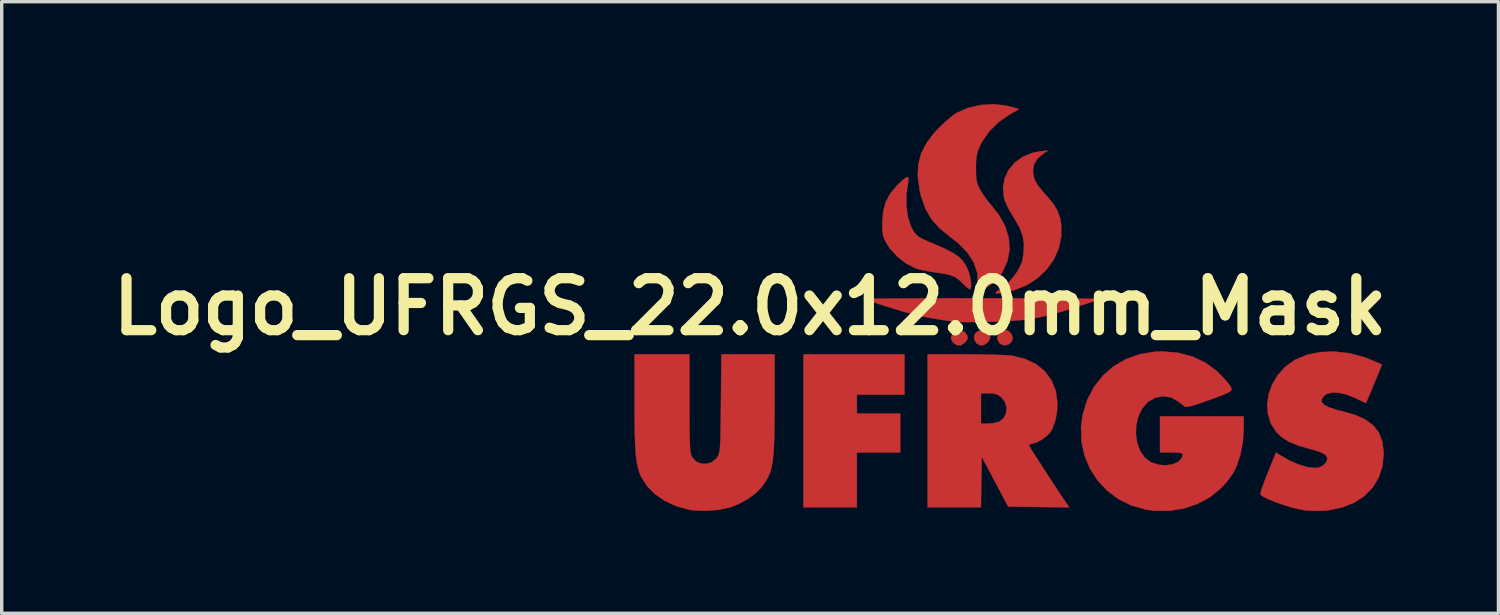
<source format=kicad_pcb>
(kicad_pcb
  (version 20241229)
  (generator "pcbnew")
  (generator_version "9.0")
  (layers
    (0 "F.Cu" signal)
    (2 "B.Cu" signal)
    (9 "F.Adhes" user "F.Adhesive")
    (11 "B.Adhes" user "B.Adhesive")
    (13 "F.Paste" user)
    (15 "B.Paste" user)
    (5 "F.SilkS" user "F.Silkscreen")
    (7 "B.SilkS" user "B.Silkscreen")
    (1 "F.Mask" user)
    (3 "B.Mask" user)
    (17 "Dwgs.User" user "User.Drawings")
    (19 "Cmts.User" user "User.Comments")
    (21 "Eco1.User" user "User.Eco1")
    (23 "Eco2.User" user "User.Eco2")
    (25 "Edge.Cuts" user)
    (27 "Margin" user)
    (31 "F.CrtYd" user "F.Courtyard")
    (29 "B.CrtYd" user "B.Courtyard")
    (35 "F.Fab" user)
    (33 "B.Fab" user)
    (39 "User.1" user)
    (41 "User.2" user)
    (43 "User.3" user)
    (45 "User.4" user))
  (footprint "Logo_UFRGS_22.0x12.0mm_Mask"
    (layer "F.Cu")
    (at 25.806 5.944)
    (property "Reference" "Logo_UFRGS_22.0x12.0mm_Mask" (at -6.858 0 0) (layer "F.SilkS") (effects (font (size 1.524 1.524) (thickness 0.3))))
    (attr exclude_from_pos_files exclude_from_bom)
    (fp_poly (pts (xy -2.328 2.582) (xy -3.725 2.582) (xy -3.725 3.133) (xy -2.455 3.133) (xy -2.455 4.276) (xy -3.725 4.276) (xy -3.725 5.884) (xy -5.292 5.884) (xy -5.292 1.397) (xy -2.328 1.397) (xy -2.328 2.582)) (stroke (width 0.01) (type solid)) (fill yes) (layer "F.Cu"))
    (fp_poly (pts (xy -0.587 0.731) (xy -0.553 0.759) (xy -0.479 0.86) (xy -0.481 0.952) (xy -0.552 1.05) (xy -0.67 1.13) (xy -0.792 1.132) (xy -0.898 1.058) (xy -0.917 1.032) (xy -0.964 0.944) (xy -0.958 0.872) (xy -0.927 0.81) (xy -0.832 0.712) (xy -0.71 0.685) (xy -0.587 0.731)) (stroke (width 0.01) (type solid)) (fill yes) (layer "F.Cu"))
    (fp_poly (pts (xy 0.027 0.693) (xy 0.133 0.784) (xy 0.162 0.832) (xy 0.186 0.91) (xy 0.155 0.989) (xy 0.123 1.033) (xy 0.012 1.122) (xy -0.108 1.136) (xy -0.219 1.073) (xy -0.226 1.066) (xy -0.289 0.945) (xy -0.275 0.822) (xy -0.219 0.747) (xy -0.095 0.68) (xy 0.027 0.693)) (stroke (width 0.01) (type solid)) (fill yes) (layer "F.Cu"))
    (fp_poly (pts (xy 0.727 0.714) (xy 0.812 0.804) (xy 0.847 0.917) (xy 0.847 0.918) (xy 0.811 1.032) (xy 0.723 1.108) (xy 0.609 1.135) (xy 0.496 1.103) (xy 0.451 1.066) (xy 0.393 0.949) (xy 0.403 0.83) (xy 0.47 0.732) (xy 0.584 0.68) (xy 0.621 0.677) (xy 0.727 0.714)) (stroke (width 0.01) (type solid)) (fill yes) (layer "F.Cu"))
    (fp_poly (pts (xy 0.363 -0.248) (xy 0.919 -0.247) (xy 1.431 -0.245) (xy 1.699 -0.244) (xy 3.441 -0.233) (xy 2.917 -0.057) (xy 2.477 0.086) (xy 2.094 0.2) (xy 1.749 0.286) (xy 1.42 0.35) (xy 1.088 0.395) (xy 0.733 0.424) (xy 0.333 0.441) (xy 0.085 0.446) (xy -0.181 0.45) (xy -0.42 0.452) (xy -0.619 0.452) (xy -0.764 0.45) (xy -0.84 0.447) (xy -0.847 0.446) (xy -0.915 0.434) (xy -1.045 0.414) (xy -1.212 0.39) (xy -1.291 0.379) (xy -1.794 0.29) (xy -2.348 0.151) (xy -2.961 -0.039) (xy -3.006 -0.054) (xy -3.535 -0.233) (xy -1.789 -0.244) (xy -1.313 -0.246) (xy -0.779 -0.248) (xy -0.212 -0.248) (xy 0.363 -0.248)) (stroke (width 0.01) (type solid)) (fill yes) (layer "F.Cu"))
    (fp_poly (pts (xy 1.753 -4.496) (xy 1.572 -4.346) (xy 1.469 -4.176) (xy 1.439 -3.993) (xy 1.453 -3.841) (xy 1.501 -3.698) (xy 1.592 -3.547) (xy 1.735 -3.369) (xy 1.832 -3.262) (xy 2.025 -3.034) (xy 2.154 -2.822) (xy 2.233 -2.604) (xy 2.268 -2.41) (xy 2.269 -2.048) (xy 2.193 -1.701) (xy 2.046 -1.377) (xy 1.836 -1.084) (xy 1.568 -0.832) (xy 1.251 -0.629) (xy 0.89 -0.484) (xy 0.725 -0.442) (xy 0.522 -0.402) (xy 0.397 -0.384) (xy 0.344 -0.392) (xy 0.36 -0.427) (xy 0.439 -0.49) (xy 0.491 -0.526) (xy 0.749 -0.734) (xy 0.945 -0.977) (xy 1.027 -1.117) (xy 1.077 -1.213) (xy 1.108 -1.278) (xy 1.126 -1.341) (xy 1.141 -1.428) (xy 1.16 -1.57) (xy 1.162 -1.582) (xy 1.176 -1.835) (xy 1.139 -2.073) (xy 1.047 -2.318) (xy 0.892 -2.59) (xy 0.868 -2.628) (xy 0.761 -2.806) (xy 0.668 -2.986) (xy 0.605 -3.137) (xy 0.59 -3.186) (xy 0.56 -3.478) (xy 0.606 -3.755) (xy 0.722 -4.006) (xy 0.901 -4.221) (xy 1.134 -4.392) (xy 1.415 -4.509) (xy 1.662 -4.557) (xy 1.884 -4.58) (xy 1.753 -4.496)) (stroke (width 0.01) (type solid)) (fill yes) (layer "F.Cu"))
    (fp_poly (pts (xy -2.209 -3.756) (xy -2.219 -3.672) (xy -2.27 -3.315) (xy -2.273 -2.966) (xy -2.231 -2.645) (xy -2.146 -2.368) (xy -2.074 -2.229) (xy -2.002 -2.129) (xy -1.92 -2.054) (xy -1.804 -1.986) (xy -1.632 -1.91) (xy -1.624 -1.907) (xy -1.313 -1.776) (xy -1.072 -1.664) (xy -0.887 -1.565) (xy -0.747 -1.469) (xy -0.642 -1.37) (xy -0.559 -1.259) (xy -0.493 -1.139) (xy -0.44 -1.006) (xy -0.402 -0.856) (xy -0.379 -0.711) (xy -0.376 -0.591) (xy -0.395 -0.519) (xy -0.415 -0.508) (xy -0.463 -0.536) (xy -0.543 -0.607) (xy -0.574 -0.639) (xy -0.706 -0.768) (xy -0.827 -0.857) (xy -0.962 -0.918) (xy -1.134 -0.961) (xy -1.367 -0.997) (xy -1.573 -1.028) (xy -1.768 -1.065) (xy -1.924 -1.101) (xy -1.982 -1.119) (xy -2.268 -1.259) (xy -2.535 -1.463) (xy -2.759 -1.708) (xy -2.872 -1.884) (xy -2.929 -2.003) (xy -2.962 -2.114) (xy -2.978 -2.245) (xy -2.98 -2.427) (xy -2.98 -2.455) (xy -2.954 -2.788) (xy -2.881 -3.066) (xy -2.752 -3.311) (xy -2.558 -3.544) (xy -2.537 -3.566) (xy -2.387 -3.709) (xy -2.285 -3.787) (xy -2.227 -3.802) (xy -2.209 -3.756)) (stroke (width 0.01) (type solid)) (fill yes) (layer "F.Cu"))
    (fp_poly (pts (xy 0.643 -5.9) (xy 0.781 -5.865) (xy 1.031 -5.793) (xy 0.759 -5.64) (xy 0.435 -5.417) (xy 0.16 -5.146) (xy -0.051 -4.842) (xy -0.097 -4.753) (xy -0.162 -4.606) (xy -0.202 -4.484) (xy -0.224 -4.357) (xy -0.232 -4.193) (xy -0.233 -4.064) (xy -0.23 -3.865) (xy -0.219 -3.724) (xy -0.193 -3.613) (xy -0.149 -3.505) (xy -0.113 -3.434) (xy -0.012 -3.269) (xy 0.115 -3.096) (xy 0.188 -3.011) (xy 0.448 -2.682) (xy 0.63 -2.346) (xy 0.731 -2.008) (xy 0.752 -1.672) (xy 0.692 -1.344) (xy 0.551 -1.028) (xy 0.454 -0.883) (xy 0.35 -0.771) (xy 0.201 -0.649) (xy 0.042 -0.54) (xy -0.092 -0.471) (xy -0.148 -0.453) (xy -0.177 -0.465) (xy -0.186 -0.522) (xy -0.181 -0.643) (xy -0.178 -0.692) (xy -0.198 -1.003) (xy -0.3 -1.3) (xy -0.484 -1.585) (xy -0.75 -1.859) (xy -0.992 -2.049) (xy -1.303 -2.303) (xy -1.541 -2.573) (xy -1.716 -2.878) (xy -1.841 -3.234) (xy -1.886 -3.426) (xy -1.938 -3.817) (xy -1.924 -4.169) (xy -1.84 -4.493) (xy -1.682 -4.802) (xy -1.447 -5.108) (xy -1.312 -5.251) (xy -1.157 -5.398) (xy -1 -5.535) (xy -0.864 -5.641) (xy -0.804 -5.68) (xy -0.476 -5.826) (xy -0.109 -5.913) (xy 0.272 -5.939) (xy 0.643 -5.9)) (stroke (width 0.01) (type solid)) (fill yes) (layer "F.Cu"))
    (fp_poly (pts (xy -0.54 1.397) (xy -0.224 1.399) (xy 0.078 1.404) (xy 0.353 1.412) (xy 0.586 1.421) (xy 0.76 1.432) (xy 0.847 1.442) (xy 1.219 1.537) (xy 1.535 1.691) (xy 1.79 1.899) (xy 1.982 2.157) (xy 2.105 2.461) (xy 2.157 2.806) (xy 2.158 2.881) (xy 2.138 3.134) (xy 2.083 3.381) (xy 2.002 3.592) (xy 1.949 3.681) (xy 1.844 3.792) (xy 1.703 3.897) (xy 1.553 3.979) (xy 1.424 4.02) (xy 1.399 4.022) (xy 1.329 4.04) (xy 1.325 4.077) (xy 1.352 4.126) (xy 1.419 4.232) (xy 1.516 4.385) (xy 1.635 4.571) (xy 1.77 4.779) (xy 1.911 4.996) (xy 2.051 5.21) (xy 2.181 5.409) (xy 2.295 5.581) (xy 2.383 5.712) (xy 2.422 5.769) (xy 2.505 5.886) (xy 1.608 5.875) (xy 0.711 5.863) (xy -0.064 4.399) (xy -0.075 5.142) (xy -0.087 5.884) (xy -1.651 5.884) (xy -1.651 2.54) (xy -0.085 2.54) (xy -0.085 3.429) (xy 0.129 3.429) (xy 0.281 3.417) (xy 0.418 3.385) (xy 0.462 3.367) (xy 0.587 3.26) (xy 0.655 3.112) (xy 0.663 2.945) (xy 0.611 2.781) (xy 0.503 2.648) (xy 0.401 2.579) (xy 0.285 2.547) (xy 0.145 2.54) (xy -0.085 2.54) (xy -1.651 2.54) (xy -1.651 1.397) (xy -0.54 1.397)) (stroke (width 0.01) (type solid)) (fill yes) (layer "F.Cu"))
    (fp_poly (pts (xy -8.636 2.826) (xy -8.636 3.217) (xy -8.634 3.533) (xy -8.631 3.783) (xy -8.626 3.976) (xy -8.619 4.121) (xy -8.609 4.227) (xy -8.596 4.305) (xy -8.579 4.362) (xy -8.562 4.403) (xy -8.456 4.53) (xy -8.311 4.6) (xy -8.148 4.611) (xy -7.989 4.565) (xy -7.855 4.461) (xy -7.812 4.402) (xy -7.789 4.358) (xy -7.77 4.308) (xy -7.755 4.243) (xy -7.743 4.153) (xy -7.734 4.029) (xy -7.727 3.862) (xy -7.722 3.643) (xy -7.718 3.361) (xy -7.714 3.009) (xy -7.712 2.826) (xy -7.698 1.397) (xy -6.138 1.397) (xy -6.139 2.847) (xy -6.14 3.314) (xy -6.145 3.706) (xy -6.154 4.031) (xy -6.17 4.3) (xy -6.193 4.521) (xy -6.225 4.703) (xy -6.268 4.856) (xy -6.323 4.99) (xy -6.392 5.112) (xy -6.476 5.233) (xy -6.534 5.309) (xy -6.697 5.473) (xy -6.916 5.634) (xy -7.164 5.774) (xy -7.415 5.877) (xy -7.43 5.881) (xy -7.772 5.957) (xy -8.146 5.988) (xy -8.511 5.974) (xy -8.662 5.951) (xy -9.024 5.85) (xy -9.358 5.695) (xy -9.649 5.494) (xy -9.884 5.257) (xy -10.051 4.993) (xy -10.054 4.986) (xy -10.102 4.868) (xy -10.142 4.743) (xy -10.174 4.601) (xy -10.199 4.432) (xy -10.217 4.227) (xy -10.23 3.977) (xy -10.238 3.671) (xy -10.243 3.301) (xy -10.244 2.857) (xy -10.244 2.805) (xy -10.245 1.397) (xy -8.636 1.397) (xy -8.636 2.826)) (stroke (width 0.01) (type solid)) (fill yes) (layer "F.Cu"))
    (fp_poly (pts (xy 5.69 1.352) (xy 6.118 1.464) (xy 6.506 1.649) (xy 6.849 1.904) (xy 7.078 2.143) (xy 7.175 2.259) (xy 7.239 2.345) (xy 7.265 2.411) (xy 7.244 2.466) (xy 7.171 2.518) (xy 7.038 2.577) (xy 6.84 2.652) (xy 6.636 2.726) (xy 6.351 2.828) (xy 6.132 2.898) (xy 5.984 2.936) (xy 5.909 2.94) (xy 5.904 2.938) (xy 5.84 2.889) (xy 5.741 2.812) (xy 5.703 2.781) (xy 5.494 2.666) (xy 5.268 2.627) (xy 5.042 2.664) (xy 4.833 2.777) (xy 4.797 2.807) (xy 4.636 2.996) (xy 4.527 3.225) (xy 4.468 3.478) (xy 4.458 3.739) (xy 4.496 3.994) (xy 4.581 4.225) (xy 4.712 4.418) (xy 4.888 4.556) (xy 4.924 4.574) (xy 5.126 4.637) (xy 5.335 4.653) (xy 5.53 4.626) (xy 5.69 4.558) (xy 5.795 4.453) (xy 5.798 4.447) (xy 5.834 4.367) (xy 5.828 4.316) (xy 5.769 4.289) (xy 5.646 4.277) (xy 5.503 4.276) (xy 5.165 4.276) (xy 5.165 3.217) (xy 7.62 3.217) (xy 7.62 3.592) (xy 7.594 3.971) (xy 7.521 4.346) (xy 7.408 4.686) (xy 7.335 4.839) (xy 7.247 4.976) (xy 7.121 5.138) (xy 6.982 5.295) (xy 6.958 5.319) (xy 6.64 5.58) (xy 6.272 5.781) (xy 5.867 5.918) (xy 5.437 5.987) (xy 4.997 5.985) (xy 4.745 5.949) (xy 4.322 5.829) (xy 3.941 5.64) (xy 3.609 5.392) (xy 3.33 5.091) (xy 3.109 4.747) (xy 2.951 4.366) (xy 2.863 3.958) (xy 2.849 3.53) (xy 2.899 3.161) (xy 3.03 2.734) (xy 3.229 2.353) (xy 3.488 2.023) (xy 3.803 1.75) (xy 4.165 1.539) (xy 4.57 1.394) (xy 5.011 1.321) (xy 5.226 1.313) (xy 5.69 1.352)) (stroke (width 0.01) (type solid)) (fill yes) (layer "F.Cu"))
    (fp_poly (pts (xy 10.726 1.368) (xy 11.16 1.484) (xy 11.429 1.591) (xy 11.676 1.701) (xy 11.446 2.256) (xy 11.363 2.455) (xy 11.292 2.624) (xy 11.239 2.749) (xy 11.209 2.814) (xy 11.206 2.821) (xy 11.166 2.808) (xy 11.07 2.765) (xy 10.935 2.701) (xy 10.891 2.679) (xy 10.645 2.579) (xy 10.412 2.525) (xy 10.208 2.519) (xy 10.049 2.562) (xy 9.995 2.599) (xy 9.913 2.699) (xy 9.904 2.789) (xy 9.969 2.872) (xy 10.112 2.949) (xy 10.335 3.023) (xy 10.522 3.07) (xy 10.897 3.179) (xy 11.196 3.315) (xy 11.422 3.485) (xy 11.583 3.692) (xy 11.681 3.942) (xy 11.722 4.24) (xy 11.724 4.321) (xy 11.688 4.686) (xy 11.578 5.017) (xy 11.399 5.308) (xy 11.157 5.553) (xy 10.857 5.749) (xy 10.505 5.89) (xy 10.105 5.971) (xy 9.97 5.983) (xy 9.765 5.989) (xy 9.552 5.983) (xy 9.378 5.967) (xy 9.377 5.966) (xy 9.19 5.929) (xy 8.976 5.872) (xy 8.754 5.803) (xy 8.54 5.726) (xy 8.351 5.65) (xy 8.206 5.579) (xy 8.12 5.521) (xy 8.11 5.508) (xy 8.116 5.456) (xy 8.15 5.341) (xy 8.208 5.177) (xy 8.283 4.979) (xy 8.326 4.872) (xy 8.568 4.277) (xy 8.676 4.348) (xy 8.944 4.504) (xy 9.215 4.624) (xy 9.47 4.701) (xy 9.692 4.731) (xy 9.804 4.722) (xy 9.928 4.671) (xy 10.027 4.582) (xy 10.074 4.48) (xy 10.075 4.465) (xy 10.051 4.384) (xy 9.973 4.315) (xy 9.831 4.251) (xy 9.616 4.186) (xy 9.564 4.173) (xy 9.224 4.075) (xy 8.956 3.965) (xy 8.746 3.836) (xy 8.58 3.681) (xy 8.576 3.675) (xy 8.417 3.429) (xy 8.33 3.154) (xy 8.309 2.861) (xy 8.353 2.564) (xy 8.458 2.274) (xy 8.62 2.004) (xy 8.836 1.766) (xy 9.104 1.571) (xy 9.136 1.553) (xy 9.486 1.409) (xy 9.876 1.331) (xy 10.293 1.317) (xy 10.726 1.368)) (stroke (width 0.01) (type solid)) (fill yes) (layer "F.Cu"))
    (fp_poly (pts (xy -2.328 2.582) (xy -3.725 2.582) (xy -3.725 3.133) (xy -2.455 3.133) (xy -2.455 4.276) (xy -3.725 4.276) (xy -3.725 5.884) (xy -5.292 5.884) (xy -5.292 1.397) (xy -2.328 1.397) (xy -2.328 2.582)) (stroke (width 0.01) (type solid)) (fill yes) (layer "F.Mask"))
    (fp_poly (pts (xy -0.587 0.731) (xy -0.553 0.759) (xy -0.479 0.86) (xy -0.481 0.952) (xy -0.552 1.05) (xy -0.67 1.13) (xy -0.792 1.132) (xy -0.898 1.058) (xy -0.917 1.032) (xy -0.964 0.944) (xy -0.958 0.872) (xy -0.927 0.81) (xy -0.832 0.712) (xy -0.71 0.685) (xy -0.587 0.731)) (stroke (width 0.01) (type solid)) (fill yes) (layer "F.Mask"))
    (fp_poly (pts (xy 0.027 0.693) (xy 0.133 0.784) (xy 0.162 0.832) (xy 0.186 0.91) (xy 0.155 0.989) (xy 0.123 1.033) (xy 0.012 1.122) (xy -0.108 1.136) (xy -0.219 1.073) (xy -0.226 1.066) (xy -0.289 0.945) (xy -0.275 0.822) (xy -0.219 0.747) (xy -0.095 0.68) (xy 0.027 0.693)) (stroke (width 0.01) (type solid)) (fill yes) (layer "F.Mask"))
    (fp_poly (pts (xy 0.727 0.714) (xy 0.812 0.804) (xy 0.847 0.917) (xy 0.847 0.918) (xy 0.811 1.032) (xy 0.723 1.108) (xy 0.609 1.135) (xy 0.496 1.103) (xy 0.451 1.066) (xy 0.393 0.949) (xy 0.403 0.83) (xy 0.47 0.732) (xy 0.584 0.68) (xy 0.621 0.677) (xy 0.727 0.714)) (stroke (width 0.01) (type solid)) (fill yes) (layer "F.Mask"))
    (fp_poly (pts (xy 0.363 -0.248) (xy 0.919 -0.247) (xy 1.431 -0.245) (xy 1.699 -0.244) (xy 3.441 -0.233) (xy 2.917 -0.057) (xy 2.477 0.086) (xy 2.094 0.2) (xy 1.749 0.286) (xy 1.42 0.35) (xy 1.088 0.395) (xy 0.733 0.424) (xy 0.333 0.441) (xy 0.085 0.446) (xy -0.181 0.45) (xy -0.42 0.452) (xy -0.619 0.452) (xy -0.764 0.45) (xy -0.84 0.447) (xy -0.847 0.446) (xy -0.915 0.434) (xy -1.045 0.414) (xy -1.212 0.39) (xy -1.291 0.379) (xy -1.794 0.29) (xy -2.348 0.151) (xy -2.961 -0.039) (xy -3.006 -0.054) (xy -3.535 -0.233) (xy -1.789 -0.244) (xy -1.313 -0.246) (xy -0.779 -0.248) (xy -0.212 -0.248) (xy 0.363 -0.248)) (stroke (width 0.01) (type solid)) (fill yes) (layer "F.Mask"))
    (fp_poly (pts (xy 1.753 -4.496) (xy 1.572 -4.346) (xy 1.469 -4.176) (xy 1.439 -3.993) (xy 1.453 -3.841) (xy 1.501 -3.698) (xy 1.592 -3.547) (xy 1.735 -3.369) (xy 1.832 -3.262) (xy 2.025 -3.034) (xy 2.154 -2.822) (xy 2.233 -2.604) (xy 2.268 -2.41) (xy 2.269 -2.048) (xy 2.193 -1.701) (xy 2.046 -1.377) (xy 1.836 -1.084) (xy 1.568 -0.832) (xy 1.251 -0.629) (xy 0.89 -0.484) (xy 0.725 -0.442) (xy 0.522 -0.402) (xy 0.397 -0.384) (xy 0.344 -0.392) (xy 0.36 -0.427) (xy 0.439 -0.49) (xy 0.491 -0.526) (xy 0.749 -0.734) (xy 0.945 -0.977) (xy 1.027 -1.117) (xy 1.077 -1.213) (xy 1.108 -1.278) (xy 1.126 -1.341) (xy 1.141 -1.428) (xy 1.16 -1.57) (xy 1.162 -1.582) (xy 1.176 -1.835) (xy 1.139 -2.073) (xy 1.047 -2.318) (xy 0.892 -2.59) (xy 0.868 -2.628) (xy 0.761 -2.806) (xy 0.668 -2.986) (xy 0.605 -3.137) (xy 0.59 -3.186) (xy 0.56 -3.478) (xy 0.606 -3.755) (xy 0.722 -4.006) (xy 0.901 -4.221) (xy 1.134 -4.392) (xy 1.415 -4.509) (xy 1.662 -4.557) (xy 1.884 -4.58) (xy 1.753 -4.496)) (stroke (width 0.01) (type solid)) (fill yes) (layer "F.Mask"))
    (fp_poly (pts (xy -2.209 -3.756) (xy -2.219 -3.672) (xy -2.27 -3.315) (xy -2.273 -2.966) (xy -2.231 -2.645) (xy -2.146 -2.368) (xy -2.074 -2.229) (xy -2.002 -2.129) (xy -1.92 -2.054) (xy -1.804 -1.986) (xy -1.632 -1.91) (xy -1.624 -1.907) (xy -1.313 -1.776) (xy -1.072 -1.664) (xy -0.887 -1.565) (xy -0.747 -1.469) (xy -0.642 -1.37) (xy -0.559 -1.259) (xy -0.493 -1.139) (xy -0.44 -1.006) (xy -0.402 -0.856) (xy -0.379 -0.711) (xy -0.376 -0.591) (xy -0.395 -0.519) (xy -0.415 -0.508) (xy -0.463 -0.536) (xy -0.543 -0.607) (xy -0.574 -0.639) (xy -0.706 -0.768) (xy -0.827 -0.857) (xy -0.962 -0.918) (xy -1.134 -0.961) (xy -1.367 -0.997) (xy -1.573 -1.028) (xy -1.768 -1.065) (xy -1.924 -1.101) (xy -1.982 -1.119) (xy -2.268 -1.259) (xy -2.535 -1.463) (xy -2.759 -1.708) (xy -2.872 -1.884) (xy -2.929 -2.003) (xy -2.962 -2.114) (xy -2.978 -2.245) (xy -2.98 -2.427) (xy -2.98 -2.455) (xy -2.954 -2.788) (xy -2.881 -3.066) (xy -2.752 -3.311) (xy -2.558 -3.544) (xy -2.537 -3.566) (xy -2.387 -3.709) (xy -2.285 -3.787) (xy -2.227 -3.802) (xy -2.209 -3.756)) (stroke (width 0.01) (type solid)) (fill yes) (layer "F.Mask"))
    (fp_poly (pts (xy 0.643 -5.9) (xy 0.781 -5.865) (xy 1.031 -5.793) (xy 0.759 -5.64) (xy 0.435 -5.417) (xy 0.16 -5.146) (xy -0.051 -4.842) (xy -0.097 -4.753) (xy -0.162 -4.606) (xy -0.202 -4.484) (xy -0.224 -4.357) (xy -0.232 -4.193) (xy -0.233 -4.064) (xy -0.23 -3.865) (xy -0.219 -3.724) (xy -0.193 -3.613) (xy -0.149 -3.505) (xy -0.113 -3.434) (xy -0.012 -3.269) (xy 0.115 -3.096) (xy 0.188 -3.011) (xy 0.448 -2.682) (xy 0.63 -2.346) (xy 0.731 -2.008) (xy 0.752 -1.672) (xy 0.692 -1.344) (xy 0.551 -1.028) (xy 0.454 -0.883) (xy 0.35 -0.771) (xy 0.201 -0.649) (xy 0.042 -0.54) (xy -0.092 -0.471) (xy -0.148 -0.453) (xy -0.177 -0.465) (xy -0.186 -0.522) (xy -0.181 -0.643) (xy -0.178 -0.692) (xy -0.198 -1.003) (xy -0.3 -1.3) (xy -0.484 -1.585) (xy -0.75 -1.859) (xy -0.992 -2.049) (xy -1.303 -2.303) (xy -1.541 -2.573) (xy -1.716 -2.878) (xy -1.841 -3.234) (xy -1.886 -3.426) (xy -1.938 -3.817) (xy -1.924 -4.169) (xy -1.84 -4.493) (xy -1.682 -4.802) (xy -1.447 -5.108) (xy -1.312 -5.251) (xy -1.157 -5.398) (xy -1 -5.535) (xy -0.864 -5.641) (xy -0.804 -5.68) (xy -0.476 -5.826) (xy -0.109 -5.913) (xy 0.272 -5.939) (xy 0.643 -5.9)) (stroke (width 0.01) (type solid)) (fill yes) (layer "F.Mask"))
    (fp_poly (pts (xy -0.54 1.397) (xy -0.224 1.399) (xy 0.078 1.404) (xy 0.353 1.412) (xy 0.586 1.421) (xy 0.76 1.432) (xy 0.847 1.442) (xy 1.219 1.537) (xy 1.535 1.691) (xy 1.79 1.899) (xy 1.982 2.157) (xy 2.105 2.461) (xy 2.157 2.806) (xy 2.158 2.881) (xy 2.138 3.134) (xy 2.083 3.381) (xy 2.002 3.592) (xy 1.949 3.681) (xy 1.844 3.792) (xy 1.703 3.897) (xy 1.553 3.979) (xy 1.424 4.02) (xy 1.399 4.022) (xy 1.329 4.04) (xy 1.325 4.077) (xy 1.352 4.126) (xy 1.419 4.232) (xy 1.516 4.385) (xy 1.635 4.571) (xy 1.77 4.779) (xy 1.911 4.996) (xy 2.051 5.21) (xy 2.181 5.409) (xy 2.295 5.581) (xy 2.383 5.712) (xy 2.422 5.769) (xy 2.505 5.886) (xy 1.608 5.875) (xy 0.711 5.863) (xy -0.064 4.399) (xy -0.075 5.142) (xy -0.087 5.884) (xy -1.651 5.884) (xy -1.651 2.54) (xy -0.085 2.54) (xy -0.085 3.429) (xy 0.129 3.429) (xy 0.281 3.417) (xy 0.418 3.385) (xy 0.462 3.367) (xy 0.587 3.26) (xy 0.655 3.112) (xy 0.663 2.945) (xy 0.611 2.781) (xy 0.503 2.648) (xy 0.401 2.579) (xy 0.285 2.547) (xy 0.145 2.54) (xy -0.085 2.54) (xy -1.651 2.54) (xy -1.651 1.397) (xy -0.54 1.397)) (stroke (width 0.01) (type solid)) (fill yes) (layer "F.Mask"))
    (fp_poly (pts (xy -8.636 2.826) (xy -8.636 3.217) (xy -8.634 3.533) (xy -8.631 3.783) (xy -8.626 3.976) (xy -8.619 4.121) (xy -8.609 4.227) (xy -8.596 4.305) (xy -8.579 4.362) (xy -8.562 4.403) (xy -8.456 4.53) (xy -8.311 4.6) (xy -8.148 4.611) (xy -7.989 4.565) (xy -7.855 4.461) (xy -7.812 4.402) (xy -7.789 4.358) (xy -7.77 4.308) (xy -7.755 4.243) (xy -7.743 4.153) (xy -7.734 4.029) (xy -7.727 3.862) (xy -7.722 3.643) (xy -7.718 3.361) (xy -7.714 3.009) (xy -7.712 2.826) (xy -7.698 1.397) (xy -6.138 1.397) (xy -6.139 2.847) (xy -6.14 3.314) (xy -6.145 3.706) (xy -6.154 4.031) (xy -6.17 4.3) (xy -6.193 4.521) (xy -6.225 4.703) (xy -6.268 4.856) (xy -6.323 4.99) (xy -6.392 5.112) (xy -6.476 5.233) (xy -6.534 5.309) (xy -6.697 5.473) (xy -6.916 5.634) (xy -7.164 5.774) (xy -7.415 5.877) (xy -7.43 5.881) (xy -7.772 5.957) (xy -8.146 5.988) (xy -8.511 5.974) (xy -8.662 5.951) (xy -9.024 5.85) (xy -9.358 5.695) (xy -9.649 5.494) (xy -9.884 5.257) (xy -10.051 4.993) (xy -10.054 4.986) (xy -10.102 4.868) (xy -10.142 4.743) (xy -10.174 4.601) (xy -10.199 4.432) (xy -10.217 4.227) (xy -10.23 3.977) (xy -10.238 3.671) (xy -10.243 3.301) (xy -10.244 2.857) (xy -10.244 2.805) (xy -10.245 1.397) (xy -8.636 1.397) (xy -8.636 2.826)) (stroke (width 0.01) (type solid)) (fill yes) (layer "F.Mask"))
    (fp_poly (pts (xy 5.69 1.352) (xy 6.118 1.464) (xy 6.506 1.649) (xy 6.849 1.904) (xy 7.078 2.143) (xy 7.175 2.259) (xy 7.239 2.345) (xy 7.265 2.411) (xy 7.244 2.466) (xy 7.171 2.518) (xy 7.038 2.577) (xy 6.84 2.652) (xy 6.636 2.726) (xy 6.351 2.828) (xy 6.132 2.898) (xy 5.984 2.936) (xy 5.909 2.94) (xy 5.904 2.938) (xy 5.84 2.889) (xy 5.741 2.812) (xy 5.703 2.781) (xy 5.494 2.666) (xy 5.268 2.627) (xy 5.042 2.664) (xy 4.833 2.777) (xy 4.797 2.807) (xy 4.636 2.996) (xy 4.527 3.225) (xy 4.468 3.478) (xy 4.458 3.739) (xy 4.496 3.994) (xy 4.581 4.225) (xy 4.712 4.418) (xy 4.888 4.556) (xy 4.924 4.574) (xy 5.126 4.637) (xy 5.335 4.653) (xy 5.53 4.626) (xy 5.69 4.558) (xy 5.795 4.453) (xy 5.798 4.447) (xy 5.834 4.367) (xy 5.828 4.316) (xy 5.769 4.289) (xy 5.646 4.277) (xy 5.503 4.276) (xy 5.165 4.276) (xy 5.165 3.217) (xy 7.62 3.217) (xy 7.62 3.592) (xy 7.594 3.971) (xy 7.521 4.346) (xy 7.408 4.686) (xy 7.335 4.839) (xy 7.247 4.976) (xy 7.121 5.138) (xy 6.982 5.295) (xy 6.958 5.319) (xy 6.64 5.58) (xy 6.272 5.781) (xy 5.867 5.918) (xy 5.437 5.987) (xy 4.997 5.985) (xy 4.745 5.949) (xy 4.322 5.829) (xy 3.941 5.64) (xy 3.609 5.392) (xy 3.33 5.091) (xy 3.109 4.747) (xy 2.951 4.366) (xy 2.863 3.958) (xy 2.849 3.53) (xy 2.899 3.161) (xy 3.03 2.734) (xy 3.229 2.353) (xy 3.488 2.023) (xy 3.803 1.75) (xy 4.165 1.539) (xy 4.57 1.394) (xy 5.011 1.321) (xy 5.226 1.313) (xy 5.69 1.352)) (stroke (width 0.01) (type solid)) (fill yes) (layer "F.Mask"))
    (fp_poly (pts (xy 10.726 1.368) (xy 11.16 1.484) (xy 11.429 1.591) (xy 11.676 1.701) (xy 11.446 2.256) (xy 11.363 2.455) (xy 11.292 2.624) (xy 11.239 2.749) (xy 11.209 2.814) (xy 11.206 2.821) (xy 11.166 2.808) (xy 11.07 2.765) (xy 10.935 2.701) (xy 10.891 2.679) (xy 10.645 2.579) (xy 10.412 2.525) (xy 10.208 2.519) (xy 10.049 2.562) (xy 9.995 2.599) (xy 9.913 2.699) (xy 9.904 2.789) (xy 9.969 2.872) (xy 10.112 2.949) (xy 10.335 3.023) (xy 10.522 3.07) (xy 10.897 3.179) (xy 11.196 3.315) (xy 11.422 3.485) (xy 11.583 3.692) (xy 11.681 3.942) (xy 11.722 4.24) (xy 11.724 4.321) (xy 11.688 4.686) (xy 11.578 5.017) (xy 11.399 5.308) (xy 11.157 5.553) (xy 10.857 5.749) (xy 10.505 5.89) (xy 10.105 5.971) (xy 9.97 5.983) (xy 9.765 5.989) (xy 9.552 5.983) (xy 9.378 5.967) (xy 9.377 5.966) (xy 9.19 5.929) (xy 8.976 5.872) (xy 8.754 5.803) (xy 8.54 5.726) (xy 8.351 5.65) (xy 8.206 5.579) (xy 8.12 5.521) (xy 8.11 5.508) (xy 8.116 5.456) (xy 8.15 5.341) (xy 8.208 5.177) (xy 8.283 4.979) (xy 8.326 4.872) (xy 8.568 4.277) (xy 8.676 4.348) (xy 8.944 4.504) (xy 9.215 4.624) (xy 9.47 4.701) (xy 9.692 4.731) (xy 9.804 4.722) (xy 9.928 4.671) (xy 10.027 4.582) (xy 10.074 4.48) (xy 10.075 4.465) (xy 10.051 4.384) (xy 9.973 4.315) (xy 9.831 4.251) (xy 9.616 4.186) (xy 9.564 4.173) (xy 9.224 4.075) (xy 8.956 3.965) (xy 8.746 3.836) (xy 8.58 3.681) (xy 8.576 3.675) (xy 8.417 3.429) (xy 8.33 3.154) (xy 8.309 2.861) (xy 8.353 2.564) (xy 8.458 2.274) (xy 8.62 2.004) (xy 8.836 1.766) (xy 9.104 1.571) (xy 9.136 1.553) (xy 9.486 1.409) (xy 9.876 1.331) (xy 10.293 1.317) (xy 10.726 1.368)) (stroke (width 0.01) (type solid)) (fill yes) (layer "F.Mask")))
  (gr_rect
    (start -3 -3)
    (end 40.897 14.938)
    (stroke (width 0.1) (type default))
    (fill no)
    (layer "Edge.Cuts")))
</source>
